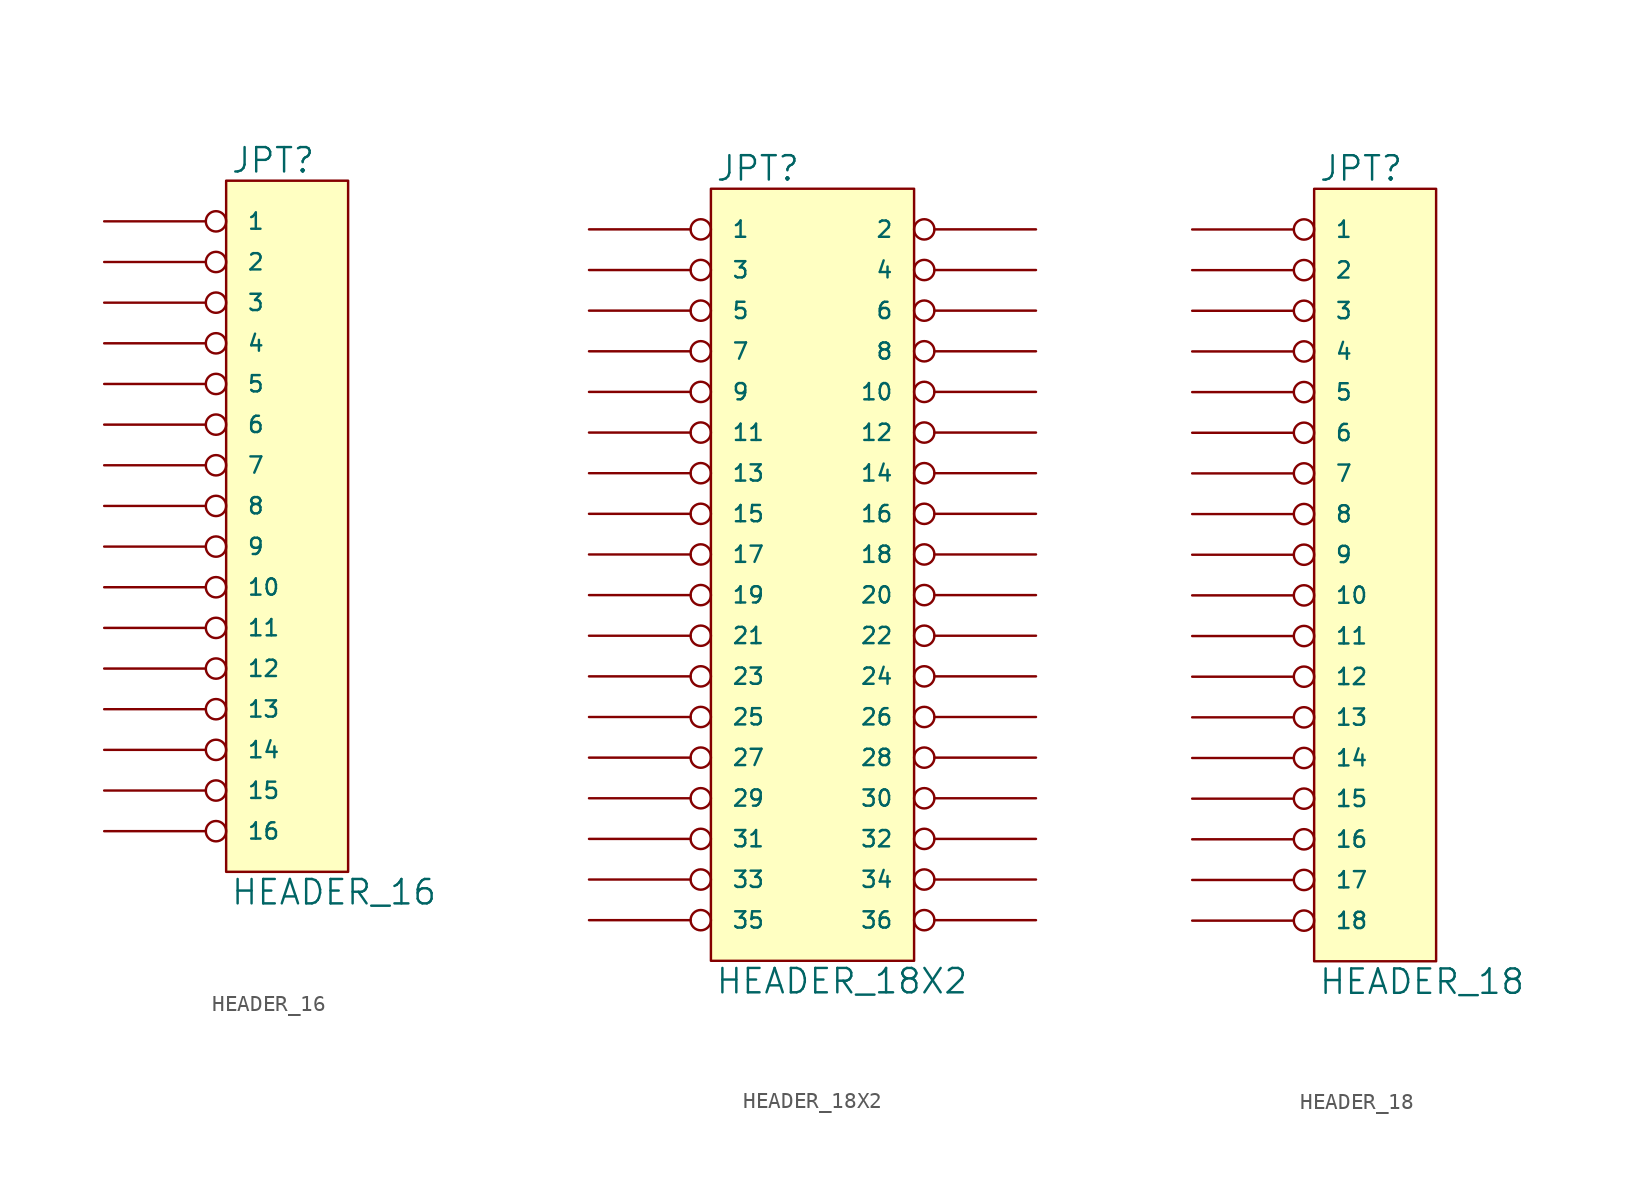
<source format=kicad_sym>
(kicad_symbol_lib
  (version 20231120)
  (generator "kicad_symbol_editor")
  (generator_version "8.0")
  (symbol "HEADER_16"
    (pin_names
      (offset 1.27))
    (property "Reference" "JPT"
      (at 0.254 0.381 0)
      (effects (font (size 1.524 1.524)) (justify left bottom)))
    (property "Value" "HEADER_16"
      (at 0.254 -43.561 0)
      (effects (font (size 1.524 1.524)) (justify left top)))
    (symbol "HEADER_16_0_1"
      (rectangle (start 0 0) (end 7.62 -43.18) (stroke (width 0) (type solid)) (fill (type background))))
    (symbol "HEADER_16_1_1"
      (pin passive inverted (at -7.62 -2.54 0) (length 7.62) (name "1" (effects (font (size 1.016 1.016)))) (number "~" (effects (font (size 1.27 1.27)))))
      (pin passive inverted (at -7.62 -25.4 0) (length 7.62) (name "10" (effects (font (size 1.016 1.016)))) (number "~" (effects (font (size 1.27 1.27)))))
      (pin passive inverted (at -7.62 -27.94 0) (length 7.62) (name "11" (effects (font (size 1.016 1.016)))) (number "~" (effects (font (size 1.27 1.27)))))
      (pin passive inverted (at -7.62 -30.48 0) (length 7.62) (name "12" (effects (font (size 1.016 1.016)))) (number "~" (effects (font (size 1.27 1.27)))))
      (pin passive inverted (at -7.62 -33.02 0) (length 7.62) (name "13" (effects (font (size 1.016 1.016)))) (number "~" (effects (font (size 1.27 1.27)))))
      (pin passive inverted (at -7.62 -35.56 0) (length 7.62) (name "14" (effects (font (size 1.016 1.016)))) (number "~" (effects (font (size 1.27 1.27)))))
      (pin passive inverted (at -7.62 -38.1 0) (length 7.62) (name "15" (effects (font (size 1.016 1.016)))) (number "~" (effects (font (size 1.27 1.27)))))
      (pin passive inverted (at -7.62 -40.64 0) (length 7.62) (name "16" (effects (font (size 1.016 1.016)))) (number "~" (effects (font (size 1.27 1.27)))))
      (pin passive inverted (at -7.62 -5.08 0) (length 7.62) (name "2" (effects (font (size 1.016 1.016)))) (number "~" (effects (font (size 1.27 1.27)))))
      (pin passive inverted (at -7.62 -7.62 0) (length 7.62) (name "3" (effects (font (size 1.016 1.016)))) (number "~" (effects (font (size 1.27 1.27)))))
      (pin passive inverted (at -7.62 -10.16 0) (length 7.62) (name "4" (effects (font (size 1.016 1.016)))) (number "~" (effects (font (size 1.27 1.27)))))
      (pin passive inverted (at -7.62 -12.7 0) (length 7.62) (name "5" (effects (font (size 1.016 1.016)))) (number "~" (effects (font (size 1.27 1.27)))))
      (pin passive inverted (at -7.62 -15.24 0) (length 7.62) (name "6" (effects (font (size 1.016 1.016)))) (number "~" (effects (font (size 1.27 1.27)))))
      (pin passive inverted (at -7.62 -17.78 0) (length 7.62) (name "7" (effects (font (size 1.016 1.016)))) (number "~" (effects (font (size 1.27 1.27)))))
      (pin passive inverted (at -7.62 -20.32 0) (length 7.62) (name "8" (effects (font (size 1.016 1.016)))) (number "~" (effects (font (size 1.27 1.27)))))
      (pin passive inverted (at -7.62 -22.86 0) (length 7.62) (name "9" (effects (font (size 1.016 1.016)))) (number "~" (effects (font (size 1.27 1.27)))))))
  (symbol "HEADER_18X2"
    (pin_names
      (offset 1.27))
    (property "Reference" "JPT"
      (at 0.254 0.381 0)
      (effects (font (size 1.524 1.524)) (justify left bottom)))
    (property "Value" "HEADER_18X2"
      (at 0.254 -48.641 0)
      (effects (font (size 1.524 1.524)) (justify left top)))
    (symbol "HEADER_18X2_0_1"
      (rectangle (start 0 0) (end 12.7 -48.26) (stroke (width 0) (type solid)) (fill (type background))))
    (symbol "HEADER_18X2_1_1"
      (pin passive inverted (at -7.62 -2.54 0) (length 7.62) (name "1" (effects (font (size 1.016 1.016)))) (number "~" (effects (font (size 1.27 1.27)))))
      (pin passive inverted (at 20.32 -12.7 180) (length 7.62) (name "10" (effects (font (size 1.016 1.016)))) (number "~" (effects (font (size 1.27 1.27)))))
      (pin passive inverted (at -7.62 -15.24 0) (length 7.62) (name "11" (effects (font (size 1.016 1.016)))) (number "~" (effects (font (size 1.27 1.27)))))
      (pin passive inverted (at 20.32 -15.24 180) (length 7.62) (name "12" (effects (font (size 1.016 1.016)))) (number "~" (effects (font (size 1.27 1.27)))))
      (pin passive inverted (at -7.62 -17.78 0) (length 7.62) (name "13" (effects (font (size 1.016 1.016)))) (number "~" (effects (font (size 1.27 1.27)))))
      (pin passive inverted (at 20.32 -17.78 180) (length 7.62) (name "14" (effects (font (size 1.016 1.016)))) (number "~" (effects (font (size 1.27 1.27)))))
      (pin passive inverted (at -7.62 -20.32 0) (length 7.62) (name "15" (effects (font (size 1.016 1.016)))) (number "~" (effects (font (size 1.27 1.27)))))
      (pin passive inverted (at 20.32 -20.32 180) (length 7.62) (name "16" (effects (font (size 1.016 1.016)))) (number "~" (effects (font (size 1.27 1.27)))))
      (pin passive inverted (at -7.62 -22.86 0) (length 7.62) (name "17" (effects (font (size 1.016 1.016)))) (number "~" (effects (font (size 1.27 1.27)))))
      (pin passive inverted (at 20.32 -22.86 180) (length 7.62) (name "18" (effects (font (size 1.016 1.016)))) (number "~" (effects (font (size 1.27 1.27)))))
      (pin passive inverted (at -7.62 -25.4 0) (length 7.62) (name "19" (effects (font (size 1.016 1.016)))) (number "~" (effects (font (size 1.27 1.27)))))
      (pin passive inverted (at 20.32 -2.54 180) (length 7.62) (name "2" (effects (font (size 1.016 1.016)))) (number "~" (effects (font (size 1.27 1.27)))))
      (pin passive inverted (at 20.32 -25.4 180) (length 7.62) (name "20" (effects (font (size 1.016 1.016)))) (number "~" (effects (font (size 1.27 1.27)))))
      (pin passive inverted (at -7.62 -27.94 0) (length 7.62) (name "21" (effects (font (size 1.016 1.016)))) (number "~" (effects (font (size 1.27 1.27)))))
      (pin passive inverted (at 20.32 -27.94 180) (length 7.62) (name "22" (effects (font (size 1.016 1.016)))) (number "~" (effects (font (size 1.27 1.27)))))
      (pin passive inverted (at -7.62 -30.48 0) (length 7.62) (name "23" (effects (font (size 1.016 1.016)))) (number "~" (effects (font (size 1.27 1.27)))))
      (pin passive inverted (at 20.32 -30.48 180) (length 7.62) (name "24" (effects (font (size 1.016 1.016)))) (number "~" (effects (font (size 1.27 1.27)))))
      (pin passive inverted (at -7.62 -33.02 0) (length 7.62) (name "25" (effects (font (size 1.016 1.016)))) (number "~" (effects (font (size 1.27 1.27)))))
      (pin passive inverted (at 20.32 -33.02 180) (length 7.62) (name "26" (effects (font (size 1.016 1.016)))) (number "~" (effects (font (size 1.27 1.27)))))
      (pin passive inverted (at -7.62 -35.56 0) (length 7.62) (name "27" (effects (font (size 1.016 1.016)))) (number "~" (effects (font (size 1.27 1.27)))))
      (pin passive inverted (at 20.32 -35.56 180) (length 7.62) (name "28" (effects (font (size 1.016 1.016)))) (number "~" (effects (font (size 1.27 1.27)))))
      (pin passive inverted (at -7.62 -38.1 0) (length 7.62) (name "29" (effects (font (size 1.016 1.016)))) (number "~" (effects (font (size 1.27 1.27)))))
      (pin passive inverted (at -7.62 -5.08 0) (length 7.62) (name "3" (effects (font (size 1.016 1.016)))) (number "~" (effects (font (size 1.27 1.27)))))
      (pin passive inverted (at 20.32 -38.1 180) (length 7.62) (name "30" (effects (font (size 1.016 1.016)))) (number "~" (effects (font (size 1.27 1.27)))))
      (pin passive inverted (at -7.62 -40.64 0) (length 7.62) (name "31" (effects (font (size 1.016 1.016)))) (number "~" (effects (font (size 1.27 1.27)))))
      (pin passive inverted (at 20.32 -40.64 180) (length 7.62) (name "32" (effects (font (size 1.016 1.016)))) (number "~" (effects (font (size 1.27 1.27)))))
      (pin passive inverted (at -7.62 -43.18 0) (length 7.62) (name "33" (effects (font (size 1.016 1.016)))) (number "~" (effects (font (size 1.27 1.27)))))
      (pin passive inverted (at 20.32 -43.18 180) (length 7.62) (name "34" (effects (font (size 1.016 1.016)))) (number "~" (effects (font (size 1.27 1.27)))))
      (pin passive inverted (at -7.62 -45.72 0) (length 7.62) (name "35" (effects (font (size 1.016 1.016)))) (number "~" (effects (font (size 1.27 1.27)))))
      (pin passive inverted (at 20.32 -45.72 180) (length 7.62) (name "36" (effects (font (size 1.016 1.016)))) (number "~" (effects (font (size 1.27 1.27)))))
      (pin passive inverted (at 20.32 -5.08 180) (length 7.62) (name "4" (effects (font (size 1.016 1.016)))) (number "~" (effects (font (size 1.27 1.27)))))
      (pin passive inverted (at -7.62 -7.62 0) (length 7.62) (name "5" (effects (font (size 1.016 1.016)))) (number "~" (effects (font (size 1.27 1.27)))))
      (pin passive inverted (at 20.32 -7.62 180) (length 7.62) (name "6" (effects (font (size 1.016 1.016)))) (number "~" (effects (font (size 1.27 1.27)))))
      (pin passive inverted (at -7.62 -10.16 0) (length 7.62) (name "7" (effects (font (size 1.016 1.016)))) (number "~" (effects (font (size 1.27 1.27)))))
      (pin passive inverted (at 20.32 -10.16 180) (length 7.62) (name "8" (effects (font (size 1.016 1.016)))) (number "~" (effects (font (size 1.27 1.27)))))
      (pin passive inverted (at -7.62 -12.7 0) (length 7.62) (name "9" (effects (font (size 1.016 1.016)))) (number "~" (effects (font (size 1.27 1.27)))))))
  (symbol "HEADER_18"
    (pin_names
      (offset 1.27))
    (property "Reference" "JPT"
      (at 0.254 0.381 0)
      (effects (font (size 1.524 1.524)) (justify left bottom)))
    (property "Value" "HEADER_18"
      (at 0.254 -48.641 0)
      (effects (font (size 1.524 1.524)) (justify left top)))
    (symbol "HEADER_18_0_1"
      (rectangle (start 0 0) (end 7.62 -48.26) (stroke (width 0) (type solid)) (fill (type background))))
    (symbol "HEADER_18_1_1"
      (pin passive inverted (at -7.62 -2.54 0) (length 7.62) (name "1" (effects (font (size 1.016 1.016)))) (number "~" (effects (font (size 1.27 1.27)))))
      (pin passive inverted (at -7.62 -25.4 0) (length 7.62) (name "10" (effects (font (size 1.016 1.016)))) (number "~" (effects (font (size 1.27 1.27)))))
      (pin passive inverted (at -7.62 -27.94 0) (length 7.62) (name "11" (effects (font (size 1.016 1.016)))) (number "~" (effects (font (size 1.27 1.27)))))
      (pin passive inverted (at -7.62 -30.48 0) (length 7.62) (name "12" (effects (font (size 1.016 1.016)))) (number "~" (effects (font (size 1.27 1.27)))))
      (pin passive inverted (at -7.62 -33.02 0) (length 7.62) (name "13" (effects (font (size 1.016 1.016)))) (number "~" (effects (font (size 1.27 1.27)))))
      (pin passive inverted (at -7.62 -35.56 0) (length 7.62) (name "14" (effects (font (size 1.016 1.016)))) (number "~" (effects (font (size 1.27 1.27)))))
      (pin passive inverted (at -7.62 -38.1 0) (length 7.62) (name "15" (effects (font (size 1.016 1.016)))) (number "~" (effects (font (size 1.27 1.27)))))
      (pin passive inverted (at -7.62 -40.64 0) (length 7.62) (name "16" (effects (font (size 1.016 1.016)))) (number "~" (effects (font (size 1.27 1.27)))))
      (pin passive inverted (at -7.62 -43.18 0) (length 7.62) (name "17" (effects (font (size 1.016 1.016)))) (number "~" (effects (font (size 1.27 1.27)))))
      (pin passive inverted (at -7.62 -45.72 0) (length 7.62) (name "18" (effects (font (size 1.016 1.016)))) (number "~" (effects (font (size 1.27 1.27)))))
      (pin passive inverted (at -7.62 -5.08 0) (length 7.62) (name "2" (effects (font (size 1.016 1.016)))) (number "~" (effects (font (size 1.27 1.27)))))
      (pin passive inverted (at -7.62 -7.62 0) (length 7.62) (name "3" (effects (font (size 1.016 1.016)))) (number "~" (effects (font (size 1.27 1.27)))))
      (pin passive inverted (at -7.62 -10.16 0) (length 7.62) (name "4" (effects (font (size 1.016 1.016)))) (number "~" (effects (font (size 1.27 1.27)))))
      (pin passive inverted (at -7.62 -12.7 0) (length 7.62) (name "5" (effects (font (size 1.016 1.016)))) (number "~" (effects (font (size 1.27 1.27)))))
      (pin passive inverted (at -7.62 -15.24 0) (length 7.62) (name "6" (effects (font (size 1.016 1.016)))) (number "~" (effects (font (size 1.27 1.27)))))
      (pin passive inverted (at -7.62 -17.78 0) (length 7.62) (name "7" (effects (font (size 1.016 1.016)))) (number "~" (effects (font (size 1.27 1.27)))))
      (pin passive inverted (at -7.62 -20.32 0) (length 7.62) (name "8" (effects (font (size 1.016 1.016)))) (number "~" (effects (font (size 1.27 1.27)))))
      (pin passive inverted (at -7.62 -22.86 0) (length 7.62) (name "9" (effects (font (size 1.016 1.016)))) (number "~" (effects (font (size 1.27 1.27))))))))
</source>
